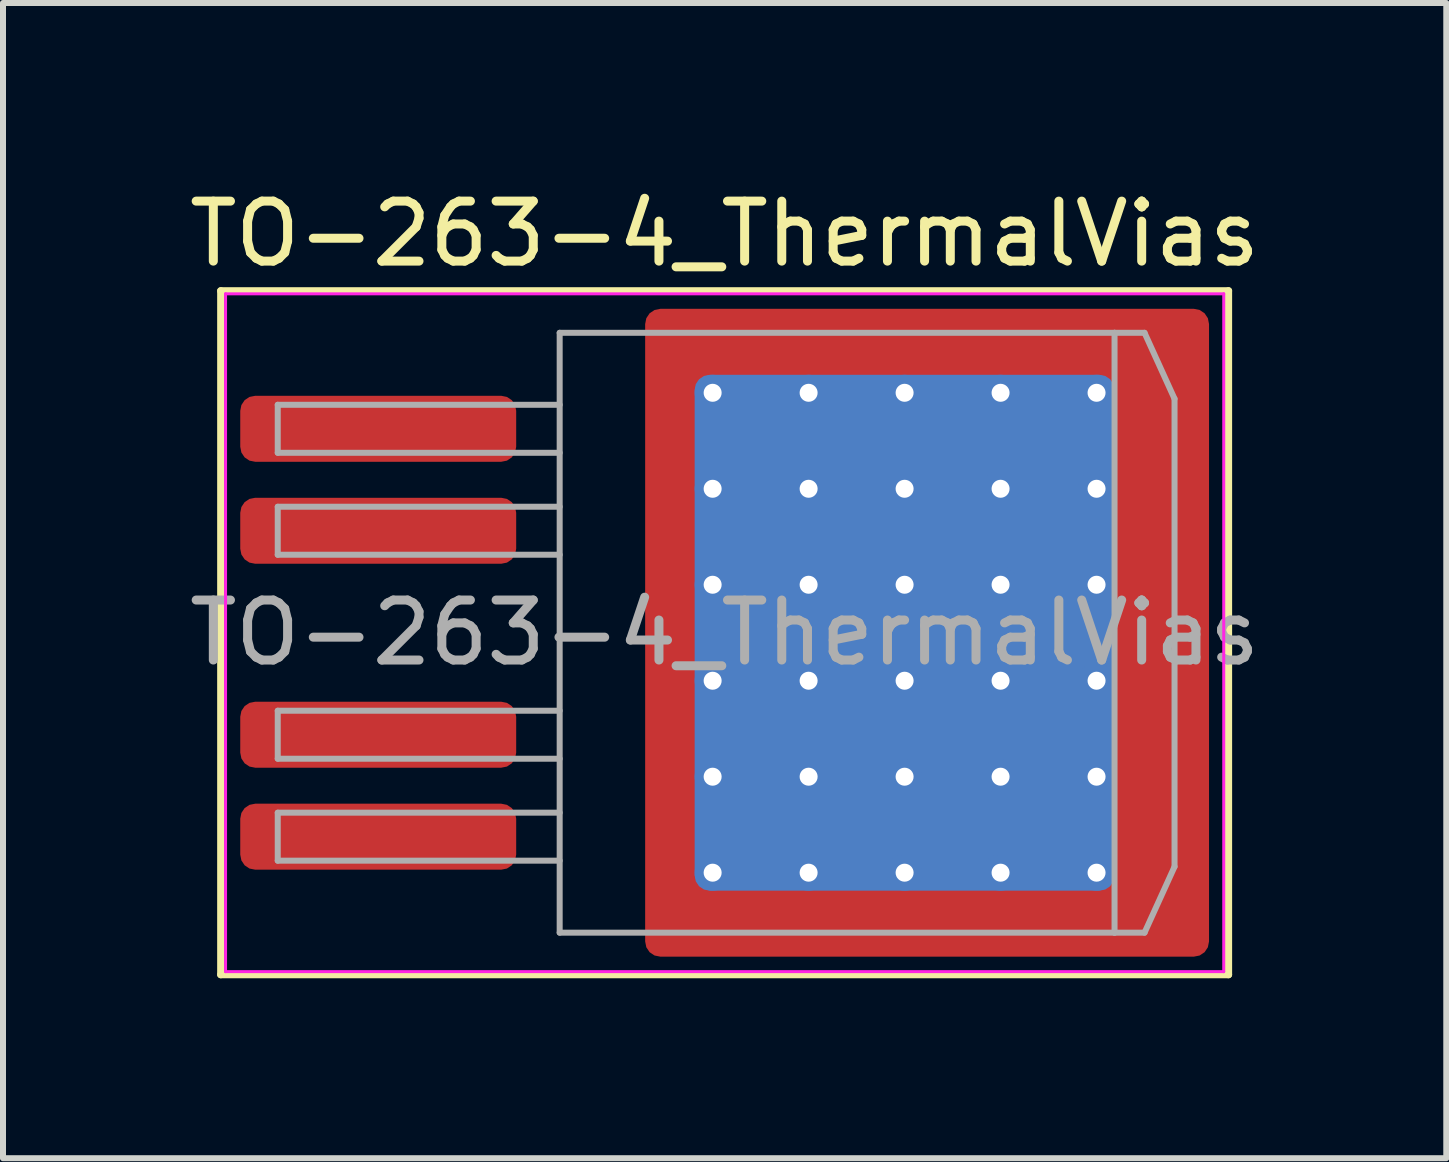
<source format=kicad_pcb>
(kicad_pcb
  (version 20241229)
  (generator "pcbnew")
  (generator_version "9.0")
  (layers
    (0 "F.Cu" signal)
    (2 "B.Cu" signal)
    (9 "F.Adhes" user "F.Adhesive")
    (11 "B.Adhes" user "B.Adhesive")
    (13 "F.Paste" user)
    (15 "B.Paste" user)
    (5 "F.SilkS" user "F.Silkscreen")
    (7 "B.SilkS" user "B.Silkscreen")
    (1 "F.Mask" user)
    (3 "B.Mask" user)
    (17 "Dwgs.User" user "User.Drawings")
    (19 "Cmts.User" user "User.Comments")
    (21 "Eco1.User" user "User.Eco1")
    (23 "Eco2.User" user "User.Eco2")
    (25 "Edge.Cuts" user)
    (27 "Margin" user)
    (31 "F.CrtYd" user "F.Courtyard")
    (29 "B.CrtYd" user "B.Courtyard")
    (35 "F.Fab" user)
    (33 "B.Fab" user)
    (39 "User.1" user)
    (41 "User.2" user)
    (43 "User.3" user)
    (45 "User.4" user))
  (footprint "TO-263-4_ThermalVias"
    (layer "F.Cu")
    (at 9.03 7.498)
    (property "Reference" "TO-263-4_ThermalVias" (at 0 -6.65 0) (layer "F.SilkS") (effects (font (size 1 1) (thickness 0.15))))
    (attr smd)
    (fp_line (start -8.4 -5.7) (end -8.4 5.7) (stroke (width 0.12) (type solid)) (layer "F.SilkS"))
    (fp_line (start -8.4 5.7) (end 8.4 5.7) (stroke (width 0.12) (type solid)) (layer "F.SilkS"))
    (fp_line (start 8.4 -5.7) (end -8.4 -5.7) (stroke (width 0.12) (type solid)) (layer "F.SilkS"))
    (fp_line (start 8.4 5.7) (end 8.4 -5.7) (stroke (width 0.12) (type solid)) (layer "F.SilkS"))
    (fp_line (start -8.32 -5.65) (end -8.32 5.65) (stroke (width 0.05) (type solid)) (layer "F.CrtYd"))
    (fp_line (start -8.32 5.65) (end 8.32 5.65) (stroke (width 0.05) (type solid)) (layer "F.CrtYd"))
    (fp_line (start 8.32 -5.65) (end -8.32 -5.65) (stroke (width 0.05) (type solid)) (layer "F.CrtYd"))
    (fp_line (start 8.32 5.65) (end 8.32 -5.65) (stroke (width 0.05) (type solid)) (layer "F.CrtYd"))
    (fp_line (start -7.45 -3.8) (end -7.45 -3) (stroke (width 0.1) (type solid)) (layer "F.Fab"))
    (fp_line (start -7.45 -3) (end -2.75 -3) (stroke (width 0.1) (type solid)) (layer "F.Fab"))
    (fp_line (start -7.45 -2.1) (end -7.45 -1.3) (stroke (width 0.1) (type solid)) (layer "F.Fab"))
    (fp_line (start -7.45 -1.3) (end -2.75 -1.3) (stroke (width 0.1) (type solid)) (layer "F.Fab"))
    (fp_line (start -7.45 1.3) (end -7.45 2.1) (stroke (width 0.1) (type solid)) (layer "F.Fab"))
    (fp_line (start -7.45 2.1) (end -2.75 2.1) (stroke (width 0.1) (type solid)) (layer "F.Fab"))
    (fp_line (start -7.45 3) (end -7.45 3.8) (stroke (width 0.1) (type solid)) (layer "F.Fab"))
    (fp_line (start -7.45 3.8) (end -2.75 3.8) (stroke (width 0.1) (type solid)) (layer "F.Fab"))
    (fp_line (start -2.75 -5) (end 6.5 -5) (stroke (width 0.1) (type solid)) (layer "F.Fab"))
    (fp_line (start -2.75 -3.8) (end -7.45 -3.8) (stroke (width 0.1) (type solid)) (layer "F.Fab"))
    (fp_line (start -2.75 -2.1) (end -7.45 -2.1) (stroke (width 0.1) (type solid)) (layer "F.Fab"))
    (fp_line (start -2.75 1.3) (end -7.45 1.3) (stroke (width 0.1) (type solid)) (layer "F.Fab"))
    (fp_line (start -2.75 3) (end -7.45 3) (stroke (width 0.1) (type solid)) (layer "F.Fab"))
    (fp_line (start -2.75 5) (end -2.75 -5) (stroke (width 0.1) (type solid)) (layer "F.Fab"))
    (fp_line (start 6.5 -5) (end 6.5 5) (stroke (width 0.1) (type solid)) (layer "F.Fab"))
    (fp_line (start 6.5 -5) (end 7 -5) (stroke (width 0.1) (type solid)) (layer "F.Fab"))
    (fp_line (start 6.5 5) (end -2.75 5) (stroke (width 0.1) (type solid)) (layer "F.Fab"))
    (fp_line (start 6.5 5) (end 7 5) (stroke (width 0.1) (type solid)) (layer "F.Fab"))
    (fp_line (start 7 -5) (end 7.5 -3.9) (stroke (width 0.1) (type solid)) (layer "F.Fab"))
    (fp_line (start 7 5) (end 7.5 3.9) (stroke (width 0.1) (type solid)) (layer "F.Fab"))
    (fp_line (start 7.5 -3.9) (end 7.5 3.9) (stroke (width 0.1) (type solid)) (layer "F.Fab"))
    (fp_text user "${REFERENCE}" (at 0 0 0) (layer "F.Fab") (effects (font (size 1 1) (thickness 0.15))))
    (pad "" smd roundrect (at -0.75 -4.65 90) (size 1.1 0.9) (layers "F.Paste") (roundrect_rratio 0.25))
    (pad "" smd roundrect (at -0.75 -3.2 90) (size 1.4 0.9) (layers "F.Paste") (roundrect_rratio 0.25))
    (pad "" smd roundrect (at -0.75 -1.6 90) (size 1.4 0.9) (layers "F.Paste") (roundrect_rratio 0.25))
    (pad "" smd roundrect (at -0.75 0 90) (size 1.4 0.9) (layers "F.Paste") (roundrect_rratio 0.25))
    (pad "" smd roundrect (at -0.75 1.6 90) (size 1.4 0.9) (layers "F.Paste") (roundrect_rratio 0.25))
    (pad "" smd roundrect (at -0.75 3.2 90) (size 1.4 0.9) (layers "F.Paste") (roundrect_rratio 0.25))
    (pad "" smd roundrect (at -0.75 4.65 90) (size 1.1 0.9) (layers "F.Paste") (roundrect_rratio 0.25))
    (pad "" smd roundrect (at 0.6 -4.65) (size 1.4 1.1) (layers "F.Paste") (roundrect_rratio 0.227))
    (pad "" smd roundrect (at 0.6 -3.2) (size 1.4 1.4) (layers "F.Paste") (roundrect_rratio 0.179))
    (pad "" smd roundrect (at 0.6 -1.6) (size 1.4 1.4) (layers "F.Paste") (roundrect_rratio 0.179))
    (pad "" smd roundrect (at 0.6 0) (size 1.4 1.4) (layers "F.Paste") (roundrect_rratio 0.179))
    (pad "" smd roundrect (at 0.6 1.6) (size 1.4 1.4) (layers "F.Paste") (roundrect_rratio 0.179))
    (pad "" smd roundrect (at 0.6 3.2) (size 1.4 1.4) (layers "F.Paste") (roundrect_rratio 0.179))
    (pad "" smd roundrect (at 0.6 4.65) (size 1.4 1.1) (layers "F.Paste") (roundrect_rratio 0.227))
    (pad "" smd roundrect (at 2.2 -4.65) (size 1.4 1.1) (layers "F.Paste") (roundrect_rratio 0.227))
    (pad "" smd roundrect (at 2.2 -3.2) (size 1.4 1.4) (layers "F.Paste") (roundrect_rratio 0.179))
    (pad "" smd roundrect (at 2.2 -1.6) (size 1.4 1.4) (layers "F.Paste") (roundrect_rratio 0.179))
    (pad "" smd roundrect (at 2.2 0) (size 1.4 1.4) (layers "F.Paste") (roundrect_rratio 0.179))
    (pad "" smd roundrect (at 2.2 1.6) (size 1.4 1.4) (layers "F.Paste") (roundrect_rratio 0.179))
    (pad "" smd roundrect (at 2.2 3.2) (size 1.4 1.4) (layers "F.Paste") (roundrect_rratio 0.179))
    (pad "" smd roundrect (at 2.2 4.65) (size 1.4 1.1) (layers "F.Paste") (roundrect_rratio 0.227))
    (pad "" smd roundrect (at 3.8 -4.65) (size 1.4 1.1) (layers "F.Paste") (roundrect_rratio 0.227))
    (pad "" smd roundrect (at 3.8 -3.2) (size 1.4 1.4) (layers "F.Paste") (roundrect_rratio 0.179))
    (pad "" smd roundrect (at 3.8 -1.6) (size 1.4 1.4) (layers "F.Paste") (roundrect_rratio 0.179))
    (pad "" smd roundrect (at 3.8 0) (size 1.4 1.4) (layers "F.Paste") (roundrect_rratio 0.179))
    (pad "" smd roundrect (at 3.8 1.6) (size 1.4 1.4) (layers "F.Paste") (roundrect_rratio 0.179))
    (pad "" smd roundrect (at 3.8 3.2) (size 1.4 1.4) (layers "F.Paste") (roundrect_rratio 0.179))
    (pad "" smd roundrect (at 3.8 4.65) (size 1.4 1.1) (layers "F.Paste") (roundrect_rratio 0.227))
    (pad "" smd roundrect (at 5.45 -4.65) (size 1.4 1.1) (layers "F.Paste") (roundrect_rratio 0.227))
    (pad "" smd roundrect (at 5.45 -3.2) (size 1.4 1.4) (layers "F.Paste") (roundrect_rratio 0.179))
    (pad "" smd roundrect (at 5.45 -1.6) (size 1.4 1.4) (layers "F.Paste") (roundrect_rratio 0.179))
    (pad "" smd roundrect (at 5.45 0) (size 1.4 1.4) (layers "F.Paste") (roundrect_rratio 0.179))
    (pad "" smd roundrect (at 5.45 1.6) (size 1.4 1.4) (layers "F.Paste") (roundrect_rratio 0.179))
    (pad "" smd roundrect (at 5.45 3.2) (size 1.4 1.4) (layers "F.Paste") (roundrect_rratio 0.179))
    (pad "" smd roundrect (at 5.45 4.65) (size 1.4 1.1) (layers "F.Paste") (roundrect_rratio 0.227))
    (pad "" smd roundrect (at 7.05 -4.65) (size 1.4 1.1) (layers "F.Paste") (roundrect_rratio 0.227))
    (pad "" smd roundrect (at 7.05 -3.2) (size 1.4 1.4) (layers "F.Paste") (roundrect_rratio 0.179))
    (pad "" smd roundrect (at 7.05 -1.6) (size 1.4 1.4) (layers "F.Paste") (roundrect_rratio 0.179))
    (pad "" smd roundrect (at 7.05 0) (size 1.4 1.4) (layers "F.Paste") (roundrect_rratio 0.179))
    (pad "" smd roundrect (at 7.05 1.6) (size 1.4 1.4) (layers "F.Paste") (roundrect_rratio 0.179))
    (pad "" smd roundrect (at 7.05 3.2) (size 1.4 1.4) (layers "F.Paste") (roundrect_rratio 0.179))
    (pad "" smd roundrect (at 7.05 4.65) (size 1.4 1.1) (layers "F.Paste") (roundrect_rratio 0.227))
    (pad "1" smd roundrect (at -5.775 -3.4) (size 4.6 1.1) (layers "F.Cu" "F.Mask" "F.Paste") (roundrect_rratio 0.227))
    (pad "2" smd roundrect (at -5.775 -1.7) (size 4.6 1.1) (layers "F.Cu" "F.Mask" "F.Paste") (roundrect_rratio 0.227))
    (pad "3" thru_hole circle (at -0.2 -4) (size 0.6 0.6) (drill 0.3) (property pad_prop_heatsink) (layers "*.Cu"))
    (pad "3" thru_hole circle (at -0.2 -2.4) (size 0.6 0.6) (drill 0.3) (property pad_prop_heatsink) (layers "*.Cu"))
    (pad "3" thru_hole circle (at -0.2 -0.8) (size 0.6 0.6) (drill 0.3) (property pad_prop_heatsink) (layers "*.Cu"))
    (pad "3" thru_hole circle (at -0.2 0.8) (size 0.6 0.6) (drill 0.3) (property pad_prop_heatsink) (layers "*.Cu"))
    (pad "3" thru_hole circle (at -0.2 2.4) (size 0.6 0.6) (drill 0.3) (property pad_prop_heatsink) (layers "*.Cu"))
    (pad "3" thru_hole circle (at -0.2 4) (size 0.6 0.6) (drill 0.3) (property pad_prop_heatsink) (layers "*.Cu"))
    (pad "3" thru_hole circle (at 1.4 -4) (size 0.6 0.6) (drill 0.3) (property pad_prop_heatsink) (layers "*.Cu"))
    (pad "3" thru_hole circle (at 1.4 -2.4) (size 0.6 0.6) (drill 0.3) (property pad_prop_heatsink) (layers "*.Cu"))
    (pad "3" thru_hole circle (at 1.4 -0.8) (size 0.6 0.6) (drill 0.3) (property pad_prop_heatsink) (layers "*.Cu"))
    (pad "3" thru_hole circle (at 1.4 0.8) (size 0.6 0.6) (drill 0.3) (property pad_prop_heatsink) (layers "*.Cu"))
    (pad "3" thru_hole circle (at 1.4 2.4) (size 0.6 0.6) (drill 0.3) (property pad_prop_heatsink) (layers "*.Cu"))
    (pad "3" thru_hole circle (at 1.4 4) (size 0.6 0.6) (drill 0.3) (property pad_prop_heatsink) (layers "*.Cu"))
    (pad "3" thru_hole circle (at 3 -4) (size 0.6 0.6) (drill 0.3) (property pad_prop_heatsink) (layers "*.Cu"))
    (pad "3" thru_hole circle (at 3 -2.4) (size 0.6 0.6) (drill 0.3) (property pad_prop_heatsink) (layers "*.Cu"))
    (pad "3" thru_hole circle (at 3 -0.8) (size 0.6 0.6) (drill 0.3) (property pad_prop_heatsink) (layers "*.Cu"))
    (pad "3" smd roundrect (at 3 0) (size 7 8.6) (layers "B.Cu" "B.Mask") (roundrect_rratio 0.036))
    (pad "3" thru_hole circle (at 3 0.8) (size 0.6 0.6) (drill 0.3) (property pad_prop_heatsink) (layers "*.Cu"))
    (pad "3" thru_hole circle (at 3 2.4) (size 0.6 0.6) (drill 0.3) (property pad_prop_heatsink) (layers "*.Cu"))
    (pad "3" thru_hole circle (at 3 4) (size 0.6 0.6) (drill 0.3) (property pad_prop_heatsink) (layers "*.Cu"))
    (pad "3" smd roundrect (at 3.375 0) (size 9.4 10.8) (layers "F.Cu" "F.Mask") (roundrect_rratio 0.027))
    (pad "3" thru_hole circle (at 4.6 -4) (size 0.6 0.6) (drill 0.3) (property pad_prop_heatsink) (layers "*.Cu"))
    (pad "3" thru_hole circle (at 4.6 -2.4) (size 0.6 0.6) (drill 0.3) (property pad_prop_heatsink) (layers "*.Cu"))
    (pad "3" thru_hole circle (at 4.6 -0.8) (size 0.6 0.6) (drill 0.3) (property pad_prop_heatsink) (layers "*.Cu"))
    (pad "3" thru_hole circle (at 4.6 0.8) (size 0.6 0.6) (drill 0.3) (property pad_prop_heatsink) (layers "*.Cu"))
    (pad "3" thru_hole circle (at 4.6 2.4) (size 0.6 0.6) (drill 0.3) (property pad_prop_heatsink) (layers "*.Cu"))
    (pad "3" thru_hole circle (at 4.6 4) (size 0.6 0.6) (drill 0.3) (property pad_prop_heatsink) (layers "*.Cu"))
    (pad "3" thru_hole circle (at 6.2 -4) (size 0.6 0.6) (drill 0.3) (property pad_prop_heatsink) (layers "*.Cu"))
    (pad "3" thru_hole circle (at 6.2 -2.4) (size 0.6 0.6) (drill 0.3) (property pad_prop_heatsink) (layers "*.Cu"))
    (pad "3" thru_hole circle (at 6.2 -0.8) (size 0.6 0.6) (drill 0.3) (property pad_prop_heatsink) (layers "*.Cu"))
    (pad "3" thru_hole circle (at 6.2 0.8) (size 0.6 0.6) (drill 0.3) (property pad_prop_heatsink) (layers "*.Cu"))
    (pad "3" thru_hole circle (at 6.2 2.4) (size 0.6 0.6) (drill 0.3) (property pad_prop_heatsink) (layers "*.Cu"))
    (pad "3" thru_hole circle (at 6.2 4) (size 0.6 0.6) (drill 0.3) (property pad_prop_heatsink) (layers "*.Cu"))
    (pad "4" smd roundrect (at -5.775 1.7) (size 4.6 1.1) (layers "F.Cu" "F.Mask" "F.Paste") (roundrect_rratio 0.227))
    (pad "5" smd roundrect (at -5.775 3.4) (size 4.6 1.1) (layers "F.Cu" "F.Mask" "F.Paste") (roundrect_rratio 0.227)))
  (gr_rect
    (start -3 -3)
    (end 21.06 16.258)
    (stroke (width 0.1) (type default))
    (fill no)
    (layer "Edge.Cuts")))
</source>
